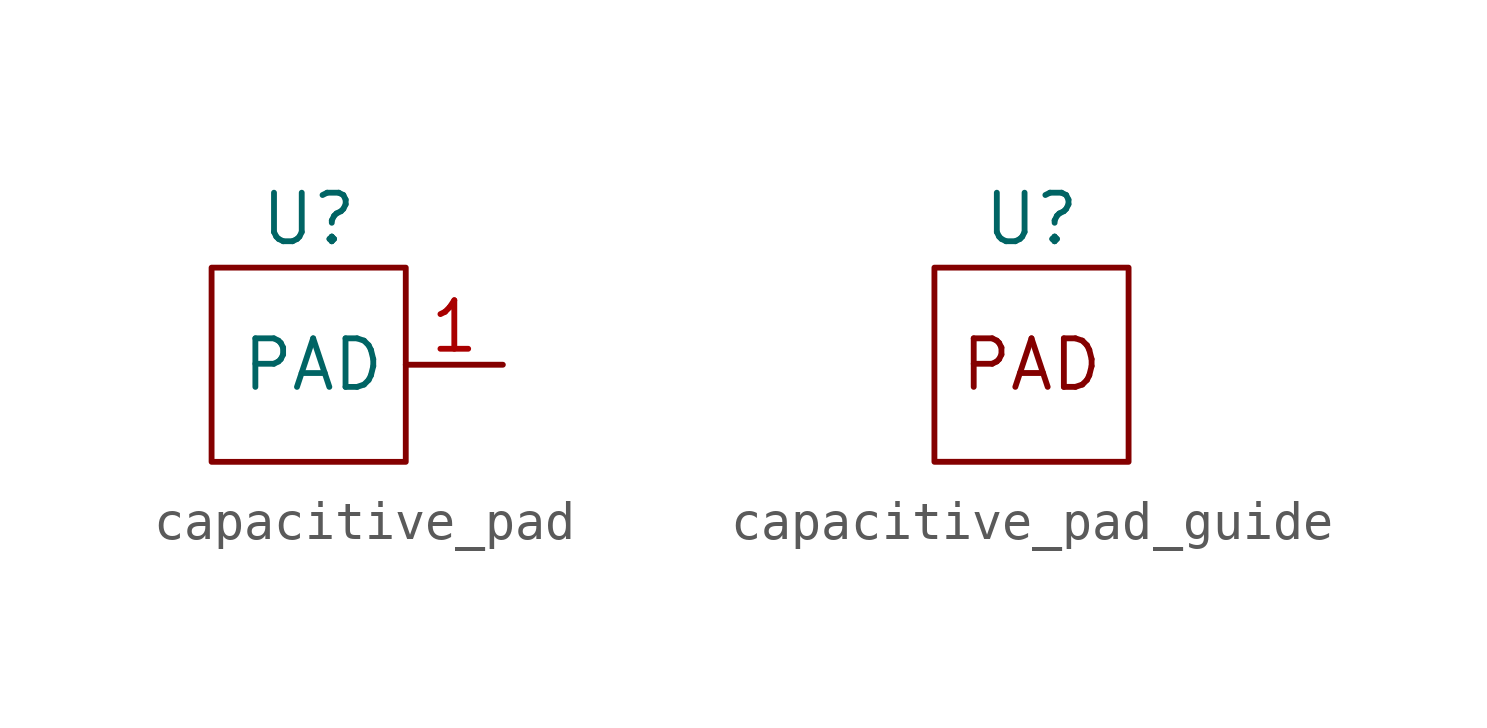
<source format=kicad_sym>
(kicad_symbol_lib
  (version 20231120)
  (generator "kicad_symbol_editor")
  (generator_version "8.0")
  (symbol "capacitive_pad"
    (property "Reference" "U"
      (at 0 0 0)
      (effects (font (size 1.27 1.27))))
    (property "Value" ""
      (at 0 0 0)
      (effects (font (size 1.27 1.27))))
    (symbol "capacitive_pad_0_1"
      (rectangle (start -2.54 -1.27) (end 2.54 -6.35) (stroke (width 0) (type default)) (fill (type none))))
    (symbol "capacitive_pad_1_1"
      (pin output line (at 5.08 -3.81 180) (length 2.54) (name "PAD" (effects (font (size 1.27 1.27)))) (number "1" (effects (font (size 1.27 1.27)))))))
  (symbol "capacitive_pad_guide"
    (property "Reference" "U"
      (at 0 0 0)
      (effects (font (size 1.27 1.27))))
    (property "Value" ""
      (at 0 0 0)
      (effects (font (size 1.27 1.27))))
    (symbol "capacitive_pad_guide_0_1"
      (rectangle (start -2.54 -1.27) (end 2.54 -6.35) (stroke (width 0) (type default)) (fill (type none))))
    (symbol "capacitive_pad_guide_1_1"
      (text "PAD" (at 0 -3.81 0) (effects (font (size 1.27 1.27)))))))
</source>
